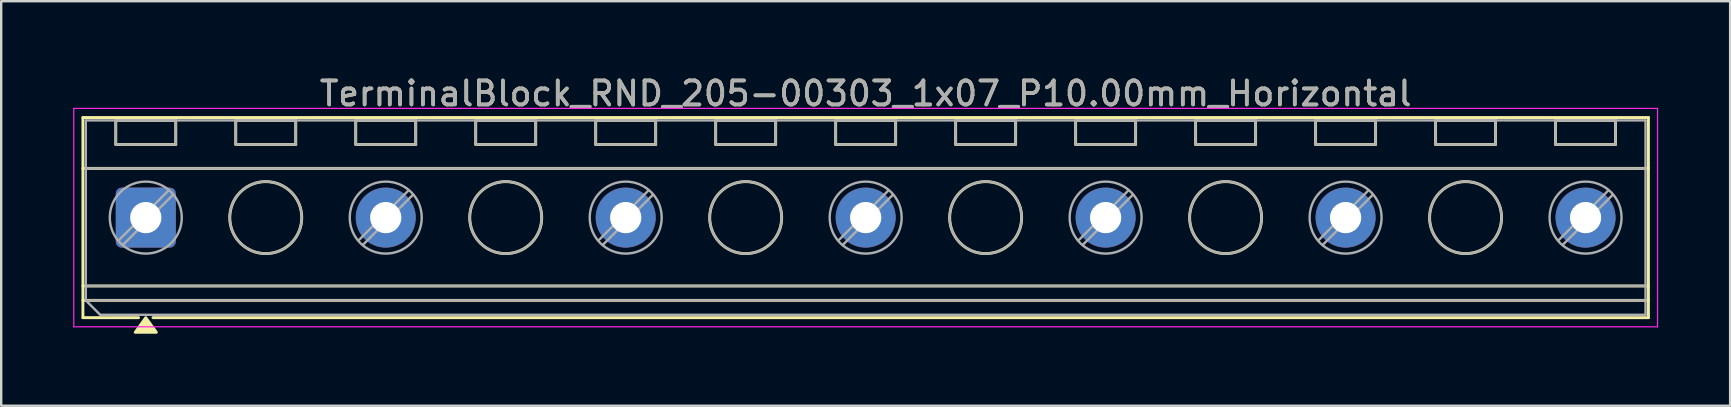
<source format=kicad_pcb>
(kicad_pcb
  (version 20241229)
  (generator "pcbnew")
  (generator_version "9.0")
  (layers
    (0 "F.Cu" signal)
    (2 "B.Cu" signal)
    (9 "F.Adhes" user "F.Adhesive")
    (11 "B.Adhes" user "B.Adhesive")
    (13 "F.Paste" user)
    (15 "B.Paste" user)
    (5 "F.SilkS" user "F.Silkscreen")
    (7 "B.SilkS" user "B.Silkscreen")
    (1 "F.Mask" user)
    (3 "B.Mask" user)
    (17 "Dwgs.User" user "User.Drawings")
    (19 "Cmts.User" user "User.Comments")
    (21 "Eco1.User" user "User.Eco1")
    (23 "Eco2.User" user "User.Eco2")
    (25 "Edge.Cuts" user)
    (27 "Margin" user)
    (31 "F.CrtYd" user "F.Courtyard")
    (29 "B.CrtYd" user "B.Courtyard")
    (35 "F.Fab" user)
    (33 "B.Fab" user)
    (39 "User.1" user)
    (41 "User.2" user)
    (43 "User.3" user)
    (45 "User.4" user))
  (footprint "TerminalBlock_RND_205-00303_1x07_P10.00mm_Horizontal"
    (layer "F.Cu")
    (at 3.025 6.018)
    (property "Reference" "TerminalBlock_RND_205-00303_1x07_P10.00mm_Horizontal" (at 30 -5.17 0) (layer "F.SilkS") (effects (font (size 1 1) (thickness 0.15))))
    (attr through_hole)
    (fp_line (start -2.62 -4.17) (end 62.62 -4.17) (stroke (width 0.12) (type solid)) (layer "F.SilkS"))
    (fp_line (start -2.62 -2.05) (end 62.62 -2.05) (stroke (width 0.12) (type solid)) (layer "F.SilkS"))
    (fp_line (start -2.62 2.85) (end 62.62 2.85) (stroke (width 0.12) (type solid)) (layer "F.SilkS"))
    (fp_line (start -2.62 3.45) (end 62.62 3.45) (stroke (width 0.12) (type solid)) (layer "F.SilkS"))
    (fp_line (start -2.62 4.17) (end -2.62 -4.17) (stroke (width 0.12) (type solid)) (layer "F.SilkS"))
    (fp_line (start -1.25 -4.05) (end 1.25 -4.05) (stroke (width 0.12) (type solid)) (layer "F.SilkS"))
    (fp_line (start -1.25 -3.05) (end -1.25 -4.05) (stroke (width 0.12) (type solid)) (layer "F.SilkS"))
    (fp_line (start -0.3 4.17) (end -2.62 4.17) (stroke (width 0.12) (type solid)) (layer "F.SilkS"))
    (fp_line (start 1.25 -4.05) (end 1.25 -3.05) (stroke (width 0.12) (type solid)) (layer "F.SilkS"))
    (fp_line (start 1.25 -3.05) (end -1.25 -3.05) (stroke (width 0.12) (type solid)) (layer "F.SilkS"))
    (fp_line (start 3.75 -4.05) (end 6.25 -4.05) (stroke (width 0.12) (type solid)) (layer "F.SilkS"))
    (fp_line (start 3.75 -3.05) (end 3.75 -4.05) (stroke (width 0.12) (type solid)) (layer "F.SilkS"))
    (fp_line (start 6.25 -4.05) (end 6.25 -3.05) (stroke (width 0.12) (type solid)) (layer "F.SilkS"))
    (fp_line (start 6.25 -3.05) (end 3.75 -3.05) (stroke (width 0.12) (type solid)) (layer "F.SilkS"))
    (fp_line (start 8.75 -4.05) (end 11.25 -4.05) (stroke (width 0.12) (type solid)) (layer "F.SilkS"))
    (fp_line (start 8.75 -3.05) (end 8.75 -4.05) (stroke (width 0.12) (type solid)) (layer "F.SilkS"))
    (fp_line (start 11.25 -4.05) (end 11.25 -3.05) (stroke (width 0.12) (type solid)) (layer "F.SilkS"))
    (fp_line (start 11.25 -3.05) (end 8.75 -3.05) (stroke (width 0.12) (type solid)) (layer "F.SilkS"))
    (fp_line (start 13.75 -4.05) (end 16.25 -4.05) (stroke (width 0.12) (type solid)) (layer "F.SilkS"))
    (fp_line (start 13.75 -3.05) (end 13.75 -4.05) (stroke (width 0.12) (type solid)) (layer "F.SilkS"))
    (fp_line (start 16.25 -4.05) (end 16.25 -3.05) (stroke (width 0.12) (type solid)) (layer "F.SilkS"))
    (fp_line (start 16.25 -3.05) (end 13.75 -3.05) (stroke (width 0.12) (type solid)) (layer "F.SilkS"))
    (fp_line (start 18.75 -4.05) (end 21.25 -4.05) (stroke (width 0.12) (type solid)) (layer "F.SilkS"))
    (fp_line (start 18.75 -3.05) (end 18.75 -4.05) (stroke (width 0.12) (type solid)) (layer "F.SilkS"))
    (fp_line (start 21.25 -4.05) (end 21.25 -3.05) (stroke (width 0.12) (type solid)) (layer "F.SilkS"))
    (fp_line (start 21.25 -3.05) (end 18.75 -3.05) (stroke (width 0.12) (type solid)) (layer "F.SilkS"))
    (fp_line (start 23.75 -4.05) (end 26.25 -4.05) (stroke (width 0.12) (type solid)) (layer "F.SilkS"))
    (fp_line (start 23.75 -3.05) (end 23.75 -4.05) (stroke (width 0.12) (type solid)) (layer "F.SilkS"))
    (fp_line (start 26.25 -4.05) (end 26.25 -3.05) (stroke (width 0.12) (type solid)) (layer "F.SilkS"))
    (fp_line (start 26.25 -3.05) (end 23.75 -3.05) (stroke (width 0.12) (type solid)) (layer "F.SilkS"))
    (fp_line (start 28.75 -4.05) (end 31.25 -4.05) (stroke (width 0.12) (type solid)) (layer "F.SilkS"))
    (fp_line (start 28.75 -3.05) (end 28.75 -4.05) (stroke (width 0.12) (type solid)) (layer "F.SilkS"))
    (fp_line (start 31.25 -4.05) (end 31.25 -3.05) (stroke (width 0.12) (type solid)) (layer "F.SilkS"))
    (fp_line (start 31.25 -3.05) (end 28.75 -3.05) (stroke (width 0.12) (type solid)) (layer "F.SilkS"))
    (fp_line (start 33.75 -4.05) (end 36.25 -4.05) (stroke (width 0.12) (type solid)) (layer "F.SilkS"))
    (fp_line (start 33.75 -3.05) (end 33.75 -4.05) (stroke (width 0.12) (type solid)) (layer "F.SilkS"))
    (fp_line (start 36.25 -4.05) (end 36.25 -3.05) (stroke (width 0.12) (type solid)) (layer "F.SilkS"))
    (fp_line (start 36.25 -3.05) (end 33.75 -3.05) (stroke (width 0.12) (type solid)) (layer "F.SilkS"))
    (fp_line (start 38.75 -4.05) (end 41.25 -4.05) (stroke (width 0.12) (type solid)) (layer "F.SilkS"))
    (fp_line (start 38.75 -3.05) (end 38.75 -4.05) (stroke (width 0.12) (type solid)) (layer "F.SilkS"))
    (fp_line (start 41.25 -4.05) (end 41.25 -3.05) (stroke (width 0.12) (type solid)) (layer "F.SilkS"))
    (fp_line (start 41.25 -3.05) (end 38.75 -3.05) (stroke (width 0.12) (type solid)) (layer "F.SilkS"))
    (fp_line (start 43.75 -4.05) (end 46.25 -4.05) (stroke (width 0.12) (type solid)) (layer "F.SilkS"))
    (fp_line (start 43.75 -3.05) (end 43.75 -4.05) (stroke (width 0.12) (type solid)) (layer "F.SilkS"))
    (fp_line (start 46.25 -4.05) (end 46.25 -3.05) (stroke (width 0.12) (type solid)) (layer "F.SilkS"))
    (fp_line (start 46.25 -3.05) (end 43.75 -3.05) (stroke (width 0.12) (type solid)) (layer "F.SilkS"))
    (fp_line (start 48.75 -4.05) (end 51.25 -4.05) (stroke (width 0.12) (type solid)) (layer "F.SilkS"))
    (fp_line (start 48.75 -3.05) (end 48.75 -4.05) (stroke (width 0.12) (type solid)) (layer "F.SilkS"))
    (fp_line (start 51.25 -4.05) (end 51.25 -3.05) (stroke (width 0.12) (type solid)) (layer "F.SilkS"))
    (fp_line (start 51.25 -3.05) (end 48.75 -3.05) (stroke (width 0.12) (type solid)) (layer "F.SilkS"))
    (fp_line (start 53.75 -4.05) (end 56.25 -4.05) (stroke (width 0.12) (type solid)) (layer "F.SilkS"))
    (fp_line (start 53.75 -3.05) (end 53.75 -4.05) (stroke (width 0.12) (type solid)) (layer "F.SilkS"))
    (fp_line (start 56.25 -4.05) (end 56.25 -3.05) (stroke (width 0.12) (type solid)) (layer "F.SilkS"))
    (fp_line (start 56.25 -3.05) (end 53.75 -3.05) (stroke (width 0.12) (type solid)) (layer "F.SilkS"))
    (fp_line (start 58.75 -4.05) (end 61.25 -4.05) (stroke (width 0.12) (type solid)) (layer "F.SilkS"))
    (fp_line (start 58.75 -3.05) (end 58.75 -4.05) (stroke (width 0.12) (type solid)) (layer "F.SilkS"))
    (fp_line (start 61.25 -4.05) (end 61.25 -3.05) (stroke (width 0.12) (type solid)) (layer "F.SilkS"))
    (fp_line (start 61.25 -3.05) (end 58.75 -3.05) (stroke (width 0.12) (type solid)) (layer "F.SilkS"))
    (fp_line (start 62.62 -4.17) (end 62.62 4.17) (stroke (width 0.12) (type solid)) (layer "F.SilkS"))
    (fp_line (start 62.62 4.17) (end 0.3 4.17) (stroke (width 0.12) (type solid)) (layer "F.SilkS"))
    (fp_circle (center 5 0) (end 6.5 0) (stroke (width 0.12) (type solid)) (fill no) (layer "F.SilkS"))
    (fp_circle (center 15 0) (end 16.5 0) (stroke (width 0.12) (type solid)) (fill no) (layer "F.SilkS"))
    (fp_circle (center 25 0) (end 26.5 0) (stroke (width 0.12) (type solid)) (fill no) (layer "F.SilkS"))
    (fp_circle (center 35 0) (end 36.5 0) (stroke (width 0.12) (type solid)) (fill no) (layer "F.SilkS"))
    (fp_circle (center 45 0) (end 46.5 0) (stroke (width 0.12) (type solid)) (fill no) (layer "F.SilkS"))
    (fp_circle (center 55 0) (end 56.5 0) (stroke (width 0.12) (type solid)) (fill no) (layer "F.SilkS"))
    (fp_poly (pts (xy 0 4.17) (xy 0.44 4.78) (xy -0.44 4.78)) (stroke (width 0.12) (type solid)) (fill yes) (layer "F.SilkS"))
    (fp_line (start -3 -4.55) (end -3 4.55) (stroke (width 0.05) (type solid)) (layer "F.CrtYd"))
    (fp_line (start -3 4.55) (end 63 4.55) (stroke (width 0.05) (type solid)) (layer "F.CrtYd"))
    (fp_line (start 63 -4.55) (end -3 -4.55) (stroke (width 0.05) (type solid)) (layer "F.CrtYd"))
    (fp_line (start 63 4.55) (end 63 -4.55) (stroke (width 0.05) (type solid)) (layer "F.CrtYd"))
    (fp_line (start -2.5 -4.05) (end 62.5 -4.05) (stroke (width 0.1) (type solid)) (layer "F.Fab"))
    (fp_line (start -2.5 -2.05) (end 62.5 -2.05) (stroke (width 0.1) (type solid)) (layer "F.Fab"))
    (fp_line (start -2.5 2.85) (end 62.5 2.85) (stroke (width 0.1) (type solid)) (layer "F.Fab"))
    (fp_line (start -2.5 3.45) (end -2.5 -4.05) (stroke (width 0.1) (type solid)) (layer "F.Fab"))
    (fp_line (start -2.5 3.45) (end 62.5 3.45) (stroke (width 0.1) (type solid)) (layer "F.Fab"))
    (fp_line (start -1.9 4.05) (end -2.5 3.45) (stroke (width 0.1) (type solid)) (layer "F.Fab"))
    (fp_line (start -1.25 -4.05) (end -1.25 -3.05) (stroke (width 0.1) (type solid)) (layer "F.Fab"))
    (fp_line (start -1.25 -3.05) (end 1.25 -3.05) (stroke (width 0.1) (type solid)) (layer "F.Fab"))
    (fp_line (start 0.955 -1.138) (end -1.138 0.955) (stroke (width 0.1) (type solid)) (layer "F.Fab"))
    (fp_line (start 1.138 -0.955) (end -0.955 1.138) (stroke (width 0.1) (type solid)) (layer "F.Fab"))
    (fp_line (start 1.25 -4.05) (end -1.25 -4.05) (stroke (width 0.1) (type solid)) (layer "F.Fab"))
    (fp_line (start 1.25 -3.05) (end 1.25 -4.05) (stroke (width 0.1) (type solid)) (layer "F.Fab"))
    (fp_line (start 3.75 -4.05) (end 3.75 -3.05) (stroke (width 0.1) (type solid)) (layer "F.Fab"))
    (fp_line (start 3.75 -3.05) (end 6.25 -3.05) (stroke (width 0.1) (type solid)) (layer "F.Fab"))
    (fp_line (start 6.25 -4.05) (end 3.75 -4.05) (stroke (width 0.1) (type solid)) (layer "F.Fab"))
    (fp_line (start 6.25 -3.05) (end 6.25 -4.05) (stroke (width 0.1) (type solid)) (layer "F.Fab"))
    (fp_line (start 8.75 -4.05) (end 8.75 -3.05) (stroke (width 0.1) (type solid)) (layer "F.Fab"))
    (fp_line (start 8.75 -3.05) (end 11.25 -3.05) (stroke (width 0.1) (type solid)) (layer "F.Fab"))
    (fp_line (start 10.955 -1.138) (end 8.862 0.955) (stroke (width 0.1) (type solid)) (layer "F.Fab"))
    (fp_line (start 11.138 -0.955) (end 9.045 1.138) (stroke (width 0.1) (type solid)) (layer "F.Fab"))
    (fp_line (start 11.25 -4.05) (end 8.75 -4.05) (stroke (width 0.1) (type solid)) (layer "F.Fab"))
    (fp_line (start 11.25 -3.05) (end 11.25 -4.05) (stroke (width 0.1) (type solid)) (layer "F.Fab"))
    (fp_line (start 13.75 -4.05) (end 13.75 -3.05) (stroke (width 0.1) (type solid)) (layer "F.Fab"))
    (fp_line (start 13.75 -3.05) (end 16.25 -3.05) (stroke (width 0.1) (type solid)) (layer "F.Fab"))
    (fp_line (start 16.25 -4.05) (end 13.75 -4.05) (stroke (width 0.1) (type solid)) (layer "F.Fab"))
    (fp_line (start 16.25 -3.05) (end 16.25 -4.05) (stroke (width 0.1) (type solid)) (layer "F.Fab"))
    (fp_line (start 18.75 -4.05) (end 18.75 -3.05) (stroke (width 0.1) (type solid)) (layer "F.Fab"))
    (fp_line (start 18.75 -3.05) (end 21.25 -3.05) (stroke (width 0.1) (type solid)) (layer "F.Fab"))
    (fp_line (start 20.955 -1.138) (end 18.862 0.955) (stroke (width 0.1) (type solid)) (layer "F.Fab"))
    (fp_line (start 21.138 -0.955) (end 19.045 1.138) (stroke (width 0.1) (type solid)) (layer "F.Fab"))
    (fp_line (start 21.25 -4.05) (end 18.75 -4.05) (stroke (width 0.1) (type solid)) (layer "F.Fab"))
    (fp_line (start 21.25 -3.05) (end 21.25 -4.05) (stroke (width 0.1) (type solid)) (layer "F.Fab"))
    (fp_line (start 23.75 -4.05) (end 23.75 -3.05) (stroke (width 0.1) (type solid)) (layer "F.Fab"))
    (fp_line (start 23.75 -3.05) (end 26.25 -3.05) (stroke (width 0.1) (type solid)) (layer "F.Fab"))
    (fp_line (start 26.25 -4.05) (end 23.75 -4.05) (stroke (width 0.1) (type solid)) (layer "F.Fab"))
    (fp_line (start 26.25 -3.05) (end 26.25 -4.05) (stroke (width 0.1) (type solid)) (layer "F.Fab"))
    (fp_line (start 28.75 -4.05) (end 28.75 -3.05) (stroke (width 0.1) (type solid)) (layer "F.Fab"))
    (fp_line (start 28.75 -3.05) (end 31.25 -3.05) (stroke (width 0.1) (type solid)) (layer "F.Fab"))
    (fp_line (start 30.955 -1.138) (end 28.862 0.955) (stroke (width 0.1) (type solid)) (layer "F.Fab"))
    (fp_line (start 31.138 -0.955) (end 29.045 1.138) (stroke (width 0.1) (type solid)) (layer "F.Fab"))
    (fp_line (start 31.25 -4.05) (end 28.75 -4.05) (stroke (width 0.1) (type solid)) (layer "F.Fab"))
    (fp_line (start 31.25 -3.05) (end 31.25 -4.05) (stroke (width 0.1) (type solid)) (layer "F.Fab"))
    (fp_line (start 33.75 -4.05) (end 33.75 -3.05) (stroke (width 0.1) (type solid)) (layer "F.Fab"))
    (fp_line (start 33.75 -3.05) (end 36.25 -3.05) (stroke (width 0.1) (type solid)) (layer "F.Fab"))
    (fp_line (start 36.25 -4.05) (end 33.75 -4.05) (stroke (width 0.1) (type solid)) (layer "F.Fab"))
    (fp_line (start 36.25 -3.05) (end 36.25 -4.05) (stroke (width 0.1) (type solid)) (layer "F.Fab"))
    (fp_line (start 38.75 -4.05) (end 38.75 -3.05) (stroke (width 0.1) (type solid)) (layer "F.Fab"))
    (fp_line (start 38.75 -3.05) (end 41.25 -3.05) (stroke (width 0.1) (type solid)) (layer "F.Fab"))
    (fp_line (start 40.955 -1.138) (end 38.862 0.955) (stroke (width 0.1) (type solid)) (layer "F.Fab"))
    (fp_line (start 41.138 -0.955) (end 39.045 1.138) (stroke (width 0.1) (type solid)) (layer "F.Fab"))
    (fp_line (start 41.25 -4.05) (end 38.75 -4.05) (stroke (width 0.1) (type solid)) (layer "F.Fab"))
    (fp_line (start 41.25 -3.05) (end 41.25 -4.05) (stroke (width 0.1) (type solid)) (layer "F.Fab"))
    (fp_line (start 43.75 -4.05) (end 43.75 -3.05) (stroke (width 0.1) (type solid)) (layer "F.Fab"))
    (fp_line (start 43.75 -3.05) (end 46.25 -3.05) (stroke (width 0.1) (type solid)) (layer "F.Fab"))
    (fp_line (start 46.25 -4.05) (end 43.75 -4.05) (stroke (width 0.1) (type solid)) (layer "F.Fab"))
    (fp_line (start 46.25 -3.05) (end 46.25 -4.05) (stroke (width 0.1) (type solid)) (layer "F.Fab"))
    (fp_line (start 48.75 -4.05) (end 48.75 -3.05) (stroke (width 0.1) (type solid)) (layer "F.Fab"))
    (fp_line (start 48.75 -3.05) (end 51.25 -3.05) (stroke (width 0.1) (type solid)) (layer "F.Fab"))
    (fp_line (start 50.955 -1.138) (end 48.862 0.955) (stroke (width 0.1) (type solid)) (layer "F.Fab"))
    (fp_line (start 51.138 -0.955) (end 49.045 1.138) (stroke (width 0.1) (type solid)) (layer "F.Fab"))
    (fp_line (start 51.25 -4.05) (end 48.75 -4.05) (stroke (width 0.1) (type solid)) (layer "F.Fab"))
    (fp_line (start 51.25 -3.05) (end 51.25 -4.05) (stroke (width 0.1) (type solid)) (layer "F.Fab"))
    (fp_line (start 53.75 -4.05) (end 53.75 -3.05) (stroke (width 0.1) (type solid)) (layer "F.Fab"))
    (fp_line (start 53.75 -3.05) (end 56.25 -3.05) (stroke (width 0.1) (type solid)) (layer "F.Fab"))
    (fp_line (start 56.25 -4.05) (end 53.75 -4.05) (stroke (width 0.1) (type solid)) (layer "F.Fab"))
    (fp_line (start 56.25 -3.05) (end 56.25 -4.05) (stroke (width 0.1) (type solid)) (layer "F.Fab"))
    (fp_line (start 58.75 -4.05) (end 58.75 -3.05) (stroke (width 0.1) (type solid)) (layer "F.Fab"))
    (fp_line (start 58.75 -3.05) (end 61.25 -3.05) (stroke (width 0.1) (type solid)) (layer "F.Fab"))
    (fp_line (start 60.955 -1.138) (end 58.862 0.955) (stroke (width 0.1) (type solid)) (layer "F.Fab"))
    (fp_line (start 61.138 -0.955) (end 59.045 1.138) (stroke (width 0.1) (type solid)) (layer "F.Fab"))
    (fp_line (start 61.25 -4.05) (end 58.75 -4.05) (stroke (width 0.1) (type solid)) (layer "F.Fab"))
    (fp_line (start 61.25 -3.05) (end 61.25 -4.05) (stroke (width 0.1) (type solid)) (layer "F.Fab"))
    (fp_line (start 62.5 -4.05) (end 62.5 4.05) (stroke (width 0.1) (type solid)) (layer "F.Fab"))
    (fp_line (start 62.5 4.05) (end -1.9 4.05) (stroke (width 0.1) (type solid)) (layer "F.Fab"))
    (fp_circle (center 0 0) (end 1.5 0) (stroke (width 0.1) (type solid)) (fill no) (layer "F.Fab"))
    (fp_circle (center 5 0) (end 6.5 0) (stroke (width 0.1) (type solid)) (fill no) (layer "F.Fab"))
    (fp_circle (center 10 0) (end 11.5 0) (stroke (width 0.1) (type solid)) (fill no) (layer "F.Fab"))
    (fp_circle (center 15 0) (end 16.5 0) (stroke (width 0.1) (type solid)) (fill no) (layer "F.Fab"))
    (fp_circle (center 20 0) (end 21.5 0) (stroke (width 0.1) (type solid)) (fill no) (layer "F.Fab"))
    (fp_circle (center 25 0) (end 26.5 0) (stroke (width 0.1) (type solid)) (fill no) (layer "F.Fab"))
    (fp_circle (center 30 0) (end 31.5 0) (stroke (width 0.1) (type solid)) (fill no) (layer "F.Fab"))
    (fp_circle (center 35 0) (end 36.5 0) (stroke (width 0.1) (type solid)) (fill no) (layer "F.Fab"))
    (fp_circle (center 40 0) (end 41.5 0) (stroke (width 0.1) (type solid)) (fill no) (layer "F.Fab"))
    (fp_circle (center 45 0) (end 46.5 0) (stroke (width 0.1) (type solid)) (fill no) (layer "F.Fab"))
    (fp_circle (center 50 0) (end 51.5 0) (stroke (width 0.1) (type solid)) (fill no) (layer "F.Fab"))
    (fp_circle (center 55 0) (end 56.5 0) (stroke (width 0.1) (type solid)) (fill no) (layer "F.Fab"))
    (fp_circle (center 60 0) (end 61.5 0) (stroke (width 0.1) (type solid)) (fill no) (layer "F.Fab"))
    (fp_text user "${REFERENCE}" (at 30 -5.17 0) (layer "F.Fab") (effects (font (size 1 1) (thickness 0.15))))
    (pad "1" thru_hole roundrect (at 0 0) (size 2.5 2.5) (drill 1.3) (layers "*.Cu" "*.Mask") (roundrect_rratio 0.1))
    (pad "2" thru_hole circle (at 10 0) (size 2.5 2.5) (drill 1.3) (layers "*.Cu" "*.Mask"))
    (pad "3" thru_hole circle (at 20 0) (size 2.5 2.5) (drill 1.3) (layers "*.Cu" "*.Mask"))
    (pad "4" thru_hole circle (at 30 0) (size 2.5 2.5) (drill 1.3) (layers "*.Cu" "*.Mask"))
    (pad "5" thru_hole circle (at 40 0) (size 2.5 2.5) (drill 1.3) (layers "*.Cu" "*.Mask"))
    (pad "6" thru_hole circle (at 50 0) (size 2.5 2.5) (drill 1.3) (layers "*.Cu" "*.Mask"))
    (pad "7" thru_hole circle (at 60 0) (size 2.5 2.5) (drill 1.3) (layers "*.Cu" "*.Mask")))
  (gr_rect
    (start -3 -3)
    (end 69.05 13.858)
    (stroke (width 0.1) (type default))
    (fill no)
    (layer "Edge.Cuts")))
</source>
